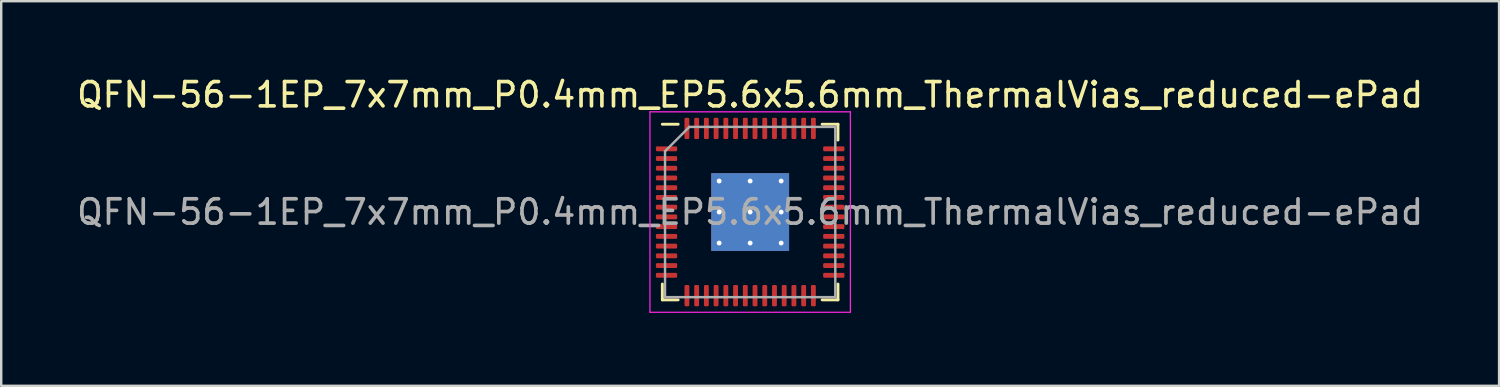
<source format=kicad_pcb>
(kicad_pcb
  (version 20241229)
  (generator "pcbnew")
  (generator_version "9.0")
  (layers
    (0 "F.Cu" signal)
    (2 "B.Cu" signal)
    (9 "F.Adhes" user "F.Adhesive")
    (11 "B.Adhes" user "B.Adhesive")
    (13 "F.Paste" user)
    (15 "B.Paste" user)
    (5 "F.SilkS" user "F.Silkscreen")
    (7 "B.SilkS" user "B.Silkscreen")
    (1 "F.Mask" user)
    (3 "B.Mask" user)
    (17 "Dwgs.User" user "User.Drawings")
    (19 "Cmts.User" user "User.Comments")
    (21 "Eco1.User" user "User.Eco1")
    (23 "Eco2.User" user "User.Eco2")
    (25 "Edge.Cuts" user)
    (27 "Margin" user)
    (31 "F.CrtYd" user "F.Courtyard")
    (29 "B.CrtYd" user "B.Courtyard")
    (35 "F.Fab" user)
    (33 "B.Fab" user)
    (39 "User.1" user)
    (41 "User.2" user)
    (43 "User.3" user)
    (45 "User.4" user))
  (footprint "QFN-56-1EP_7x7mm_P0.4mm_EP5.6x5.6mm_ThermalVias_reduced-ePad"
    (layer "F.Cu")
    (at 27.792 5.668)
    (property "Reference" "QFN-56-1EP_7x7mm_P0.4mm_EP5.6x5.6mm_ThermalVias_reduced-ePad" (at 0 -4.82 0) (layer "F.SilkS") (effects (font (size 1 1) (thickness 0.15))))
    (attr smd)
    (fp_line (start -3.61 3.61) (end -3.61 2.96) (stroke (width 0.12) (type solid)) (layer "F.SilkS"))
    (fp_line (start -2.96 -3.61) (end -3.61 -3.61) (stroke (width 0.12) (type solid)) (layer "F.SilkS"))
    (fp_line (start -2.96 3.61) (end -3.61 3.61) (stroke (width 0.12) (type solid)) (layer "F.SilkS"))
    (fp_line (start 2.96 -3.61) (end 3.61 -3.61) (stroke (width 0.12) (type solid)) (layer "F.SilkS"))
    (fp_line (start 2.96 3.61) (end 3.61 3.61) (stroke (width 0.12) (type solid)) (layer "F.SilkS"))
    (fp_line (start 3.61 -3.61) (end 3.61 -2.96) (stroke (width 0.12) (type solid)) (layer "F.SilkS"))
    (fp_line (start 3.61 3.61) (end 3.61 2.96) (stroke (width 0.12) (type solid)) (layer "F.SilkS"))
    (fp_line (start -4.12 -4.12) (end -4.12 4.12) (stroke (width 0.05) (type solid)) (layer "F.CrtYd"))
    (fp_line (start -4.12 4.12) (end 4.12 4.12) (stroke (width 0.05) (type solid)) (layer "F.CrtYd"))
    (fp_line (start 4.12 -4.12) (end -4.12 -4.12) (stroke (width 0.05) (type solid)) (layer "F.CrtYd"))
    (fp_line (start 4.12 4.12) (end 4.12 -4.12) (stroke (width 0.05) (type solid)) (layer "F.CrtYd"))
    (fp_line (start -3.5 -2.5) (end -2.5 -3.5) (stroke (width 0.1) (type solid)) (layer "F.Fab"))
    (fp_line (start -3.5 3.5) (end -3.5 -2.5) (stroke (width 0.1) (type solid)) (layer "F.Fab"))
    (fp_line (start -2.5 -3.5) (end 3.5 -3.5) (stroke (width 0.1) (type solid)) (layer "F.Fab"))
    (fp_line (start 3.5 -3.5) (end 3.5 3.5) (stroke (width 0.1) (type solid)) (layer "F.Fab"))
    (fp_line (start 3.5 3.5) (end -3.5 3.5) (stroke (width 0.1) (type solid)) (layer "F.Fab"))
    (fp_text user "${REFERENCE}" (at 0 0 0) (layer "F.Fab") (effects (font (size 1 1) (thickness 0.15))))
    (pad "" smd roundrect (at -0.637 -0.637) (size 1.084 1.084) (layers "F.Paste") (roundrect_rratio 0.231))
    (pad "" smd roundrect (at -0.637 0.637) (size 1.084 1.084) (layers "F.Paste") (roundrect_rratio 0.231))
    (pad "" smd roundrect (at 0.637 -0.637) (size 1.084 1.084) (layers "F.Paste") (roundrect_rratio 0.231))
    (pad "" smd roundrect (at 0.637 0.637) (size 1.084 1.084) (layers "F.Paste") (roundrect_rratio 0.231))
    (pad "1" smd roundrect (at -3.438 -2.6) (size 0.875 0.2) (layers "F.Cu" "F.Mask" "F.Paste") (roundrect_rratio 0.25))
    (pad "2" smd roundrect (at -3.438 -2.2) (size 0.875 0.2) (layers "F.Cu" "F.Mask" "F.Paste") (roundrect_rratio 0.25))
    (pad "3" smd roundrect (at -3.438 -1.8) (size 0.875 0.2) (layers "F.Cu" "F.Mask" "F.Paste") (roundrect_rratio 0.25))
    (pad "4" smd roundrect (at -3.438 -1.4) (size 0.875 0.2) (layers "F.Cu" "F.Mask" "F.Paste") (roundrect_rratio 0.25))
    (pad "5" smd roundrect (at -3.438 -1) (size 0.875 0.2) (layers "F.Cu" "F.Mask" "F.Paste") (roundrect_rratio 0.25))
    (pad "6" smd roundrect (at -3.438 -0.6) (size 0.875 0.2) (layers "F.Cu" "F.Mask" "F.Paste") (roundrect_rratio 0.25))
    (pad "7" smd roundrect (at -3.438 -0.2) (size 0.875 0.2) (layers "F.Cu" "F.Mask" "F.Paste") (roundrect_rratio 0.25))
    (pad "8" smd roundrect (at -3.438 0.2) (size 0.875 0.2) (layers "F.Cu" "F.Mask" "F.Paste") (roundrect_rratio 0.25))
    (pad "9" smd roundrect (at -3.438 0.6) (size 0.875 0.2) (layers "F.Cu" "F.Mask" "F.Paste") (roundrect_rratio 0.25))
    (pad "10" smd roundrect (at -3.438 1) (size 0.875 0.2) (layers "F.Cu" "F.Mask" "F.Paste") (roundrect_rratio 0.25))
    (pad "11" smd roundrect (at -3.438 1.4) (size 0.875 0.2) (layers "F.Cu" "F.Mask" "F.Paste") (roundrect_rratio 0.25))
    (pad "12" smd roundrect (at -3.438 1.8) (size 0.875 0.2) (layers "F.Cu" "F.Mask" "F.Paste") (roundrect_rratio 0.25))
    (pad "13" smd roundrect (at -3.438 2.2) (size 0.875 0.2) (layers "F.Cu" "F.Mask" "F.Paste") (roundrect_rratio 0.25))
    (pad "14" smd roundrect (at -3.438 2.6) (size 0.875 0.2) (layers "F.Cu" "F.Mask" "F.Paste") (roundrect_rratio 0.25))
    (pad "15" smd roundrect (at -2.6 3.438) (size 0.2 0.875) (layers "F.Cu" "F.Mask" "F.Paste") (roundrect_rratio 0.25))
    (pad "16" smd roundrect (at -2.2 3.438) (size 0.2 0.875) (layers "F.Cu" "F.Mask" "F.Paste") (roundrect_rratio 0.25))
    (pad "17" smd roundrect (at -1.8 3.438) (size 0.2 0.875) (layers "F.Cu" "F.Mask" "F.Paste") (roundrect_rratio 0.25))
    (pad "18" smd roundrect (at -1.4 3.438) (size 0.2 0.875) (layers "F.Cu" "F.Mask" "F.Paste") (roundrect_rratio 0.25))
    (pad "19" smd roundrect (at -1 3.438) (size 0.2 0.875) (layers "F.Cu" "F.Mask" "F.Paste") (roundrect_rratio 0.25))
    (pad "20" smd roundrect (at -0.6 3.438) (size 0.2 0.875) (layers "F.Cu" "F.Mask" "F.Paste") (roundrect_rratio 0.25))
    (pad "21" smd roundrect (at -0.2 3.438) (size 0.2 0.875) (layers "F.Cu" "F.Mask" "F.Paste") (roundrect_rratio 0.25))
    (pad "22" smd roundrect (at 0.2 3.438) (size 0.2 0.875) (layers "F.Cu" "F.Mask" "F.Paste") (roundrect_rratio 0.25))
    (pad "23" smd roundrect (at 0.6 3.438) (size 0.2 0.875) (layers "F.Cu" "F.Mask" "F.Paste") (roundrect_rratio 0.25))
    (pad "24" smd roundrect (at 1 3.438) (size 0.2 0.875) (layers "F.Cu" "F.Mask" "F.Paste") (roundrect_rratio 0.25))
    (pad "25" smd roundrect (at 1.4 3.438) (size 0.2 0.875) (layers "F.Cu" "F.Mask" "F.Paste") (roundrect_rratio 0.25))
    (pad "26" smd roundrect (at 1.8 3.438) (size 0.2 0.875) (layers "F.Cu" "F.Mask" "F.Paste") (roundrect_rratio 0.25))
    (pad "27" smd roundrect (at 2.2 3.438) (size 0.2 0.875) (layers "F.Cu" "F.Mask" "F.Paste") (roundrect_rratio 0.25))
    (pad "28" smd roundrect (at 2.6 3.438) (size 0.2 0.875) (layers "F.Cu" "F.Mask" "F.Paste") (roundrect_rratio 0.25))
    (pad "29" smd roundrect (at 3.438 2.6) (size 0.875 0.2) (layers "F.Cu" "F.Mask" "F.Paste") (roundrect_rratio 0.25))
    (pad "30" smd roundrect (at 3.438 2.2) (size 0.875 0.2) (layers "F.Cu" "F.Mask" "F.Paste") (roundrect_rratio 0.25))
    (pad "31" smd roundrect (at 3.438 1.8) (size 0.875 0.2) (layers "F.Cu" "F.Mask" "F.Paste") (roundrect_rratio 0.25))
    (pad "32" smd roundrect (at 3.438 1.4) (size 0.875 0.2) (layers "F.Cu" "F.Mask" "F.Paste") (roundrect_rratio 0.25))
    (pad "33" smd roundrect (at 3.438 1) (size 0.875 0.2) (layers "F.Cu" "F.Mask" "F.Paste") (roundrect_rratio 0.25))
    (pad "34" smd roundrect (at 3.438 0.6) (size 0.875 0.2) (layers "F.Cu" "F.Mask" "F.Paste") (roundrect_rratio 0.25))
    (pad "35" smd roundrect (at 3.438 0.2) (size 0.875 0.2) (layers "F.Cu" "F.Mask" "F.Paste") (roundrect_rratio 0.25))
    (pad "36" smd roundrect (at 3.438 -0.2) (size 0.875 0.2) (layers "F.Cu" "F.Mask" "F.Paste") (roundrect_rratio 0.25))
    (pad "37" smd roundrect (at 3.438 -0.6) (size 0.875 0.2) (layers "F.Cu" "F.Mask" "F.Paste") (roundrect_rratio 0.25))
    (pad "38" smd roundrect (at 3.438 -1) (size 0.875 0.2) (layers "F.Cu" "F.Mask" "F.Paste") (roundrect_rratio 0.25))
    (pad "39" smd roundrect (at 3.438 -1.4) (size 0.875 0.2) (layers "F.Cu" "F.Mask" "F.Paste") (roundrect_rratio 0.25))
    (pad "40" smd roundrect (at 3.438 -1.8) (size 0.875 0.2) (layers "F.Cu" "F.Mask" "F.Paste") (roundrect_rratio 0.25))
    (pad "41" smd roundrect (at 3.438 -2.2) (size 0.875 0.2) (layers "F.Cu" "F.Mask" "F.Paste") (roundrect_rratio 0.25))
    (pad "42" smd roundrect (at 3.438 -2.6) (size 0.875 0.2) (layers "F.Cu" "F.Mask" "F.Paste") (roundrect_rratio 0.25))
    (pad "43" smd roundrect (at 2.6 -3.438) (size 0.2 0.875) (layers "F.Cu" "F.Mask" "F.Paste") (roundrect_rratio 0.25))
    (pad "44" smd roundrect (at 2.2 -3.438) (size 0.2 0.875) (layers "F.Cu" "F.Mask" "F.Paste") (roundrect_rratio 0.25))
    (pad "45" smd roundrect (at 1.8 -3.438) (size 0.2 0.875) (layers "F.Cu" "F.Mask" "F.Paste") (roundrect_rratio 0.25))
    (pad "46" smd roundrect (at 1.4 -3.438) (size 0.2 0.875) (layers "F.Cu" "F.Mask" "F.Paste") (roundrect_rratio 0.25))
    (pad "47" smd roundrect (at 1 -3.438) (size 0.2 0.875) (layers "F.Cu" "F.Mask" "F.Paste") (roundrect_rratio 0.25))
    (pad "48" smd roundrect (at 0.6 -3.438) (size 0.2 0.875) (layers "F.Cu" "F.Mask" "F.Paste") (roundrect_rratio 0.25))
    (pad "49" smd roundrect (at 0.2 -3.438) (size 0.2 0.875) (layers "F.Cu" "F.Mask" "F.Paste") (roundrect_rratio 0.25))
    (pad "50" smd roundrect (at -0.2 -3.438) (size 0.2 0.875) (layers "F.Cu" "F.Mask" "F.Paste") (roundrect_rratio 0.25))
    (pad "51" smd roundrect (at -0.6 -3.438) (size 0.2 0.875) (layers "F.Cu" "F.Mask" "F.Paste") (roundrect_rratio 0.25))
    (pad "52" smd roundrect (at -1 -3.438) (size 0.2 0.875) (layers "F.Cu" "F.Mask" "F.Paste") (roundrect_rratio 0.25))
    (pad "53" smd roundrect (at -1.4 -3.438) (size 0.2 0.875) (layers "F.Cu" "F.Mask" "F.Paste") (roundrect_rratio 0.25))
    (pad "54" smd roundrect (at -1.8 -3.438) (size 0.2 0.875) (layers "F.Cu" "F.Mask" "F.Paste") (roundrect_rratio 0.25))
    (pad "55" smd roundrect (at -2.2 -3.438) (size 0.2 0.875) (layers "F.Cu" "F.Mask" "F.Paste") (roundrect_rratio 0.25))
    (pad "56" smd roundrect (at -2.6 -3.438) (size 0.2 0.875) (layers "F.Cu" "F.Mask" "F.Paste") (roundrect_rratio 0.25))
    (pad "57" thru_hole circle (at -1.275 -1.275) (size 0.5 0.5) (drill 0.2) (layers "*.Cu"))
    (pad "57" thru_hole circle (at -1.275 0) (size 0.5 0.5) (drill 0.2) (layers "*.Cu"))
    (pad "57" thru_hole circle (at -1.275 1.275) (size 0.5 0.5) (drill 0.2) (layers "*.Cu"))
    (pad "57" thru_hole circle (at 0 -1.275) (size 0.5 0.5) (drill 0.2) (layers "*.Cu"))
    (pad "57" thru_hole circle (at 0 0) (size 0.5 0.5) (drill 0.2) (layers "*.Cu"))
    (pad "57" smd rect (at 0 0) (size 3.2 3.2) (layers "F.Cu" "F.Mask"))
    (pad "57" smd rect (at 0 0) (size 3.2 3.2) (layers "B.Cu"))
    (pad "57" thru_hole circle (at 0 1.275) (size 0.5 0.5) (drill 0.2) (layers "*.Cu"))
    (pad "57" thru_hole circle (at 1.275 -1.275) (size 0.5 0.5) (drill 0.2) (layers "*.Cu"))
    (pad "57" thru_hole circle (at 1.275 0) (size 0.5 0.5) (drill 0.2) (layers "*.Cu"))
    (pad "57" thru_hole circle (at 1.275 1.275) (size 0.5 0.5) (drill 0.2) (layers "*.Cu")))
  (gr_rect
    (start -3 -3)
    (end 58.583 12.813)
    (stroke (width 0.1) (type default))
    (fill no)
    (layer "Edge.Cuts")))
</source>
